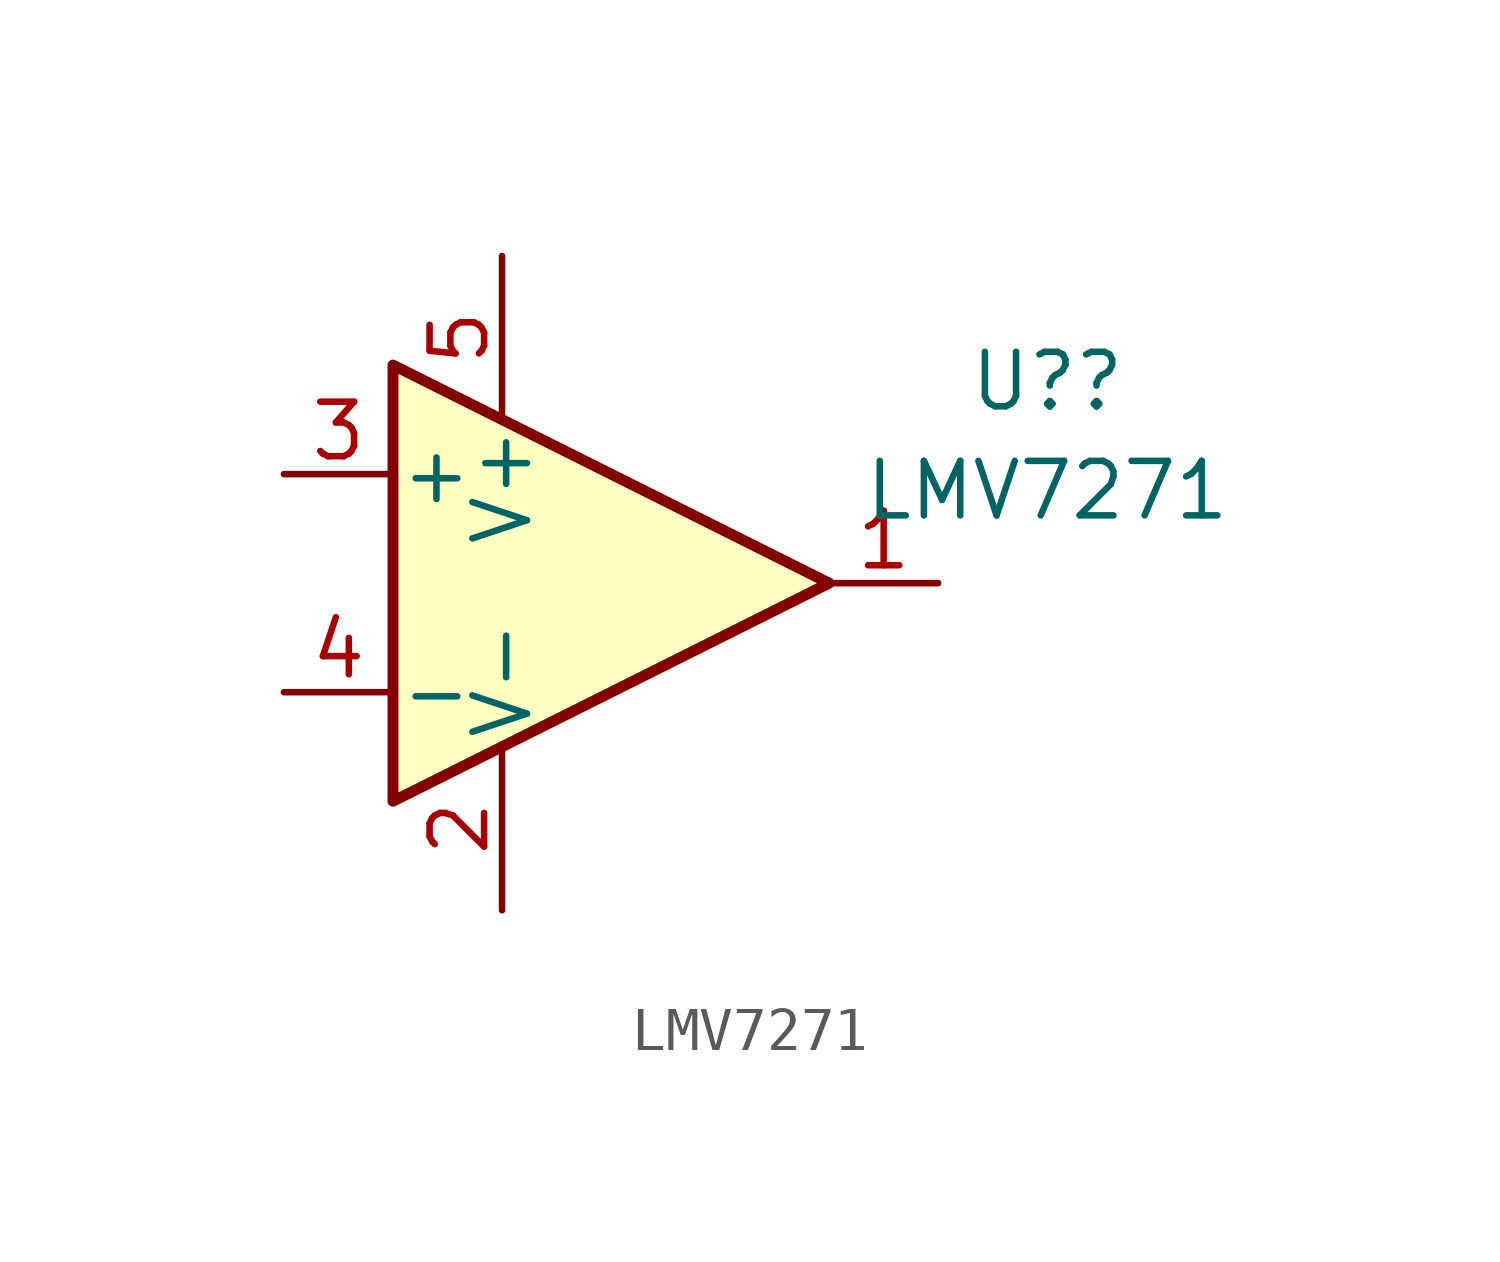
<source format=kicad_sym>
(kicad_symbol_lib
  (version 20211014)
  (generator kicad_symbol_editor)
  (symbol "LMV7271"
    (pin_names
      (offset 0.127))
    (property "Reference" "U?"
      (at 10.16 4.699 0)
      (effects (font (size 1.27 1.27))))
    (property "Value" "LMV7271"
      (at 10.16 2.159 0)
      (effects (font (size 1.27 1.27))))
    (symbol "LMV7271_0_1"
      (polyline (pts (xy -5.08 5.08) (xy 5.08 0) (xy -5.08 -5.08) (xy -5.08 5.08)) (stroke (width 0.254) (type default) (color 0 0 0 0)) (fill (type background))))
    (symbol "LMV7271_1_1"
      (pin output line (at 7.62 0 180) (length 2.54) (name "~" (effects (font (size 1.27 1.27)))) (number "1" (effects (font (size 1.27 1.27)))))
      (pin power_in line (at -2.54 -7.62 90) (length 3.81) (name "V-" (effects (font (size 1.27 1.27)))) (number "2" (effects (font (size 1.27 1.27)))))
      (pin input line (at -7.62 2.54 0) (length 2.54) (name "+" (effects (font (size 1.27 1.27)))) (number "3" (effects (font (size 1.27 1.27)))))
      (pin input line (at -7.62 -2.54 0) (length 2.54) (name "-" (effects (font (size 1.27 1.27)))) (number "4" (effects (font (size 1.27 1.27)))))
      (pin power_in line (at -2.54 7.62 270) (length 3.81) (name "V+" (effects (font (size 1.27 1.27)))) (number "5" (effects (font (size 1.27 1.27))))))))
</source>
